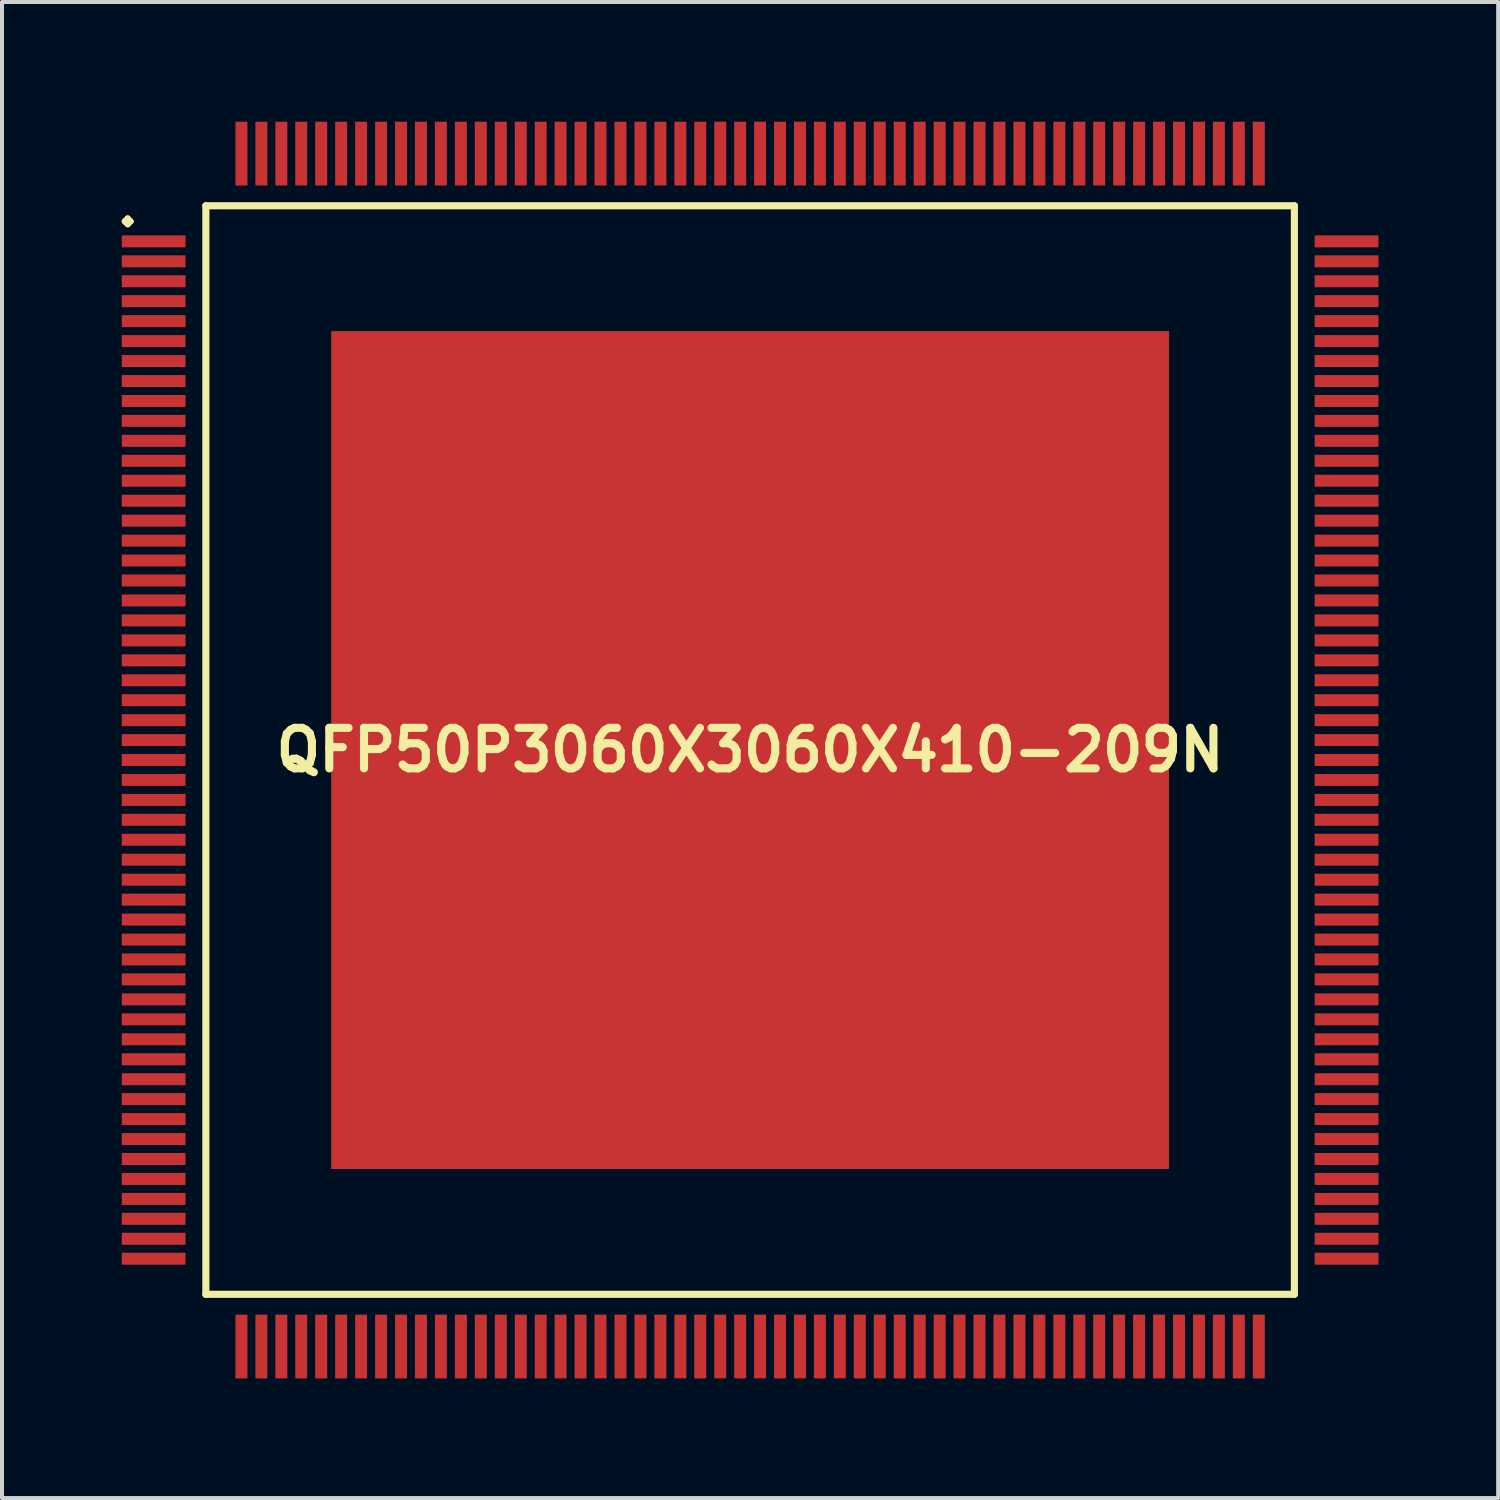
<source format=kicad_pcb>
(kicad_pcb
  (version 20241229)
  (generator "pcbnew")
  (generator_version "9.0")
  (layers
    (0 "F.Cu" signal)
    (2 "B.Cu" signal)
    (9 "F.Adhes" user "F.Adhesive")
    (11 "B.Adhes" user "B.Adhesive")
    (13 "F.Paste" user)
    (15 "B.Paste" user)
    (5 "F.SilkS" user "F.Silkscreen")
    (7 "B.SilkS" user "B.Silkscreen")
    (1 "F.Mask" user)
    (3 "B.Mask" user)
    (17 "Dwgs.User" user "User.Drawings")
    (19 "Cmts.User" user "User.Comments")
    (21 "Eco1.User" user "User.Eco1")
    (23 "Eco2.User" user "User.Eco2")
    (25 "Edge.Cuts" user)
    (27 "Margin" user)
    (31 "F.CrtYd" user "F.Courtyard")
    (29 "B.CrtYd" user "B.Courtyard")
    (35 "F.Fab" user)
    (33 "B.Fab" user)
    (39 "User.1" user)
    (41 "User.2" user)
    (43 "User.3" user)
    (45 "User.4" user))
  (footprint "QFP50P3060X3060X410-209N"
    (layer "F.Cu")
    (at 15.749 15.747)
    (property "Reference" "QFP50P3060X3060X410-209N" (at 0 0 0) (layer "F.SilkS") (effects (font (size 1.016 1.016) (thickness 0.203))))
    (attr smd)
    (fp_line (start -15.674 -13.249) (end -15.598 -13.325) (stroke (width 0.15) (type solid)) (layer "F.SilkS"))
    (fp_line (start -15.598 -13.325) (end -15.524 -13.249) (stroke (width 0.15) (type solid)) (layer "F.SilkS"))
    (fp_line (start -15.598 -13.175) (end -15.674 -13.249) (stroke (width 0.15) (type solid)) (layer "F.SilkS"))
    (fp_line (start -15.524 -13.249) (end -15.598 -13.175) (stroke (width 0.15) (type solid)) (layer "F.SilkS"))
    (fp_line (start -13.64 -13.64) (end -13.64 13.64) (stroke (width 0.178) (type solid)) (layer "F.SilkS"))
    (fp_line (start -13.64 13.64) (end 13.64 13.64) (stroke (width 0.178) (type solid)) (layer "F.SilkS"))
    (fp_line (start 13.64 -13.64) (end -13.64 -13.64) (stroke (width 0.178) (type solid)) (layer "F.SilkS"))
    (fp_line (start 13.64 13.64) (end 13.64 -13.64) (stroke (width 0.178) (type solid)) (layer "F.SilkS"))
    (pad "1" smd rect (at -14.948 -12.748) (size 1.598 0.3) (layers "F.Cu" "F.Mask" "F.Paste"))
    (pad "2" smd rect (at -14.948 -12.248) (size 1.598 0.3) (layers "F.Cu" "F.Mask" "F.Paste"))
    (pad "3" smd rect (at -14.948 -11.748) (size 1.598 0.3) (layers "F.Cu" "F.Mask" "F.Paste"))
    (pad "4" smd rect (at -14.948 -11.25) (size 1.598 0.3) (layers "F.Cu" "F.Mask" "F.Paste"))
    (pad "5" smd rect (at -14.948 -10.749) (size 1.598 0.3) (layers "F.Cu" "F.Mask" "F.Paste"))
    (pad "6" smd rect (at -14.948 -10.249) (size 1.598 0.3) (layers "F.Cu" "F.Mask" "F.Paste"))
    (pad "7" smd rect (at -14.948 -9.749) (size 1.598 0.3) (layers "F.Cu" "F.Mask" "F.Paste"))
    (pad "8" smd rect (at -14.948 -9.248) (size 1.598 0.3) (layers "F.Cu" "F.Mask" "F.Paste"))
    (pad "9" smd rect (at -14.948 -8.748) (size 1.598 0.3) (layers "F.Cu" "F.Mask" "F.Paste"))
    (pad "10" smd rect (at -14.948 -8.25) (size 1.598 0.3) (layers "F.Cu" "F.Mask" "F.Paste"))
    (pad "11" smd rect (at -14.948 -7.75) (size 1.598 0.3) (layers "F.Cu" "F.Mask" "F.Paste"))
    (pad "12" smd rect (at -14.948 -7.249) (size 1.598 0.3) (layers "F.Cu" "F.Mask" "F.Paste"))
    (pad "13" smd rect (at -14.948 -6.749) (size 1.598 0.3) (layers "F.Cu" "F.Mask" "F.Paste"))
    (pad "14" smd rect (at -14.948 -6.248) (size 1.598 0.3) (layers "F.Cu" "F.Mask" "F.Paste"))
    (pad "15" smd rect (at -14.948 -5.748) (size 1.598 0.3) (layers "F.Cu" "F.Mask" "F.Paste"))
    (pad "16" smd rect (at -14.948 -5.248) (size 1.598 0.3) (layers "F.Cu" "F.Mask" "F.Paste"))
    (pad "17" smd rect (at -14.948 -4.75) (size 1.598 0.3) (layers "F.Cu" "F.Mask" "F.Paste"))
    (pad "18" smd rect (at -14.948 -4.249) (size 1.598 0.3) (layers "F.Cu" "F.Mask" "F.Paste"))
    (pad "19" smd rect (at -14.948 -3.749) (size 1.598 0.3) (layers "F.Cu" "F.Mask" "F.Paste"))
    (pad "20" smd rect (at -14.948 -3.249) (size 1.598 0.3) (layers "F.Cu" "F.Mask" "F.Paste"))
    (pad "21" smd rect (at -14.948 -2.748) (size 1.598 0.3) (layers "F.Cu" "F.Mask" "F.Paste"))
    (pad "22" smd rect (at -14.948 -2.248) (size 1.598 0.3) (layers "F.Cu" "F.Mask" "F.Paste"))
    (pad "23" smd rect (at -14.948 -1.748) (size 1.598 0.3) (layers "F.Cu" "F.Mask" "F.Paste"))
    (pad "24" smd rect (at -14.948 -1.25) (size 1.598 0.3) (layers "F.Cu" "F.Mask" "F.Paste"))
    (pad "25" smd rect (at -14.948 -0.749) (size 1.598 0.3) (layers "F.Cu" "F.Mask" "F.Paste"))
    (pad "26" smd rect (at -14.948 -0.249) (size 1.598 0.3) (layers "F.Cu" "F.Mask" "F.Paste"))
    (pad "27" smd rect (at -14.948 0.249) (size 1.598 0.3) (layers "F.Cu" "F.Mask" "F.Paste"))
    (pad "28" smd rect (at -14.948 0.749) (size 1.598 0.3) (layers "F.Cu" "F.Mask" "F.Paste"))
    (pad "29" smd rect (at -14.948 1.25) (size 1.598 0.3) (layers "F.Cu" "F.Mask" "F.Paste"))
    (pad "30" smd rect (at -14.948 1.748) (size 1.598 0.3) (layers "F.Cu" "F.Mask" "F.Paste"))
    (pad "31" smd rect (at -14.948 2.248) (size 1.598 0.3) (layers "F.Cu" "F.Mask" "F.Paste"))
    (pad "32" smd rect (at -14.948 2.748) (size 1.598 0.3) (layers "F.Cu" "F.Mask" "F.Paste"))
    (pad "33" smd rect (at -14.948 3.249) (size 1.598 0.3) (layers "F.Cu" "F.Mask" "F.Paste"))
    (pad "34" smd rect (at -14.948 3.749) (size 1.598 0.3) (layers "F.Cu" "F.Mask" "F.Paste"))
    (pad "35" smd rect (at -14.948 4.249) (size 1.598 0.3) (layers "F.Cu" "F.Mask" "F.Paste"))
    (pad "36" smd rect (at -14.948 4.75) (size 1.598 0.3) (layers "F.Cu" "F.Mask" "F.Paste"))
    (pad "37" smd rect (at -14.948 5.248) (size 1.598 0.3) (layers "F.Cu" "F.Mask" "F.Paste"))
    (pad "38" smd rect (at -14.948 5.748) (size 1.598 0.3) (layers "F.Cu" "F.Mask" "F.Paste"))
    (pad "39" smd rect (at -14.948 6.248) (size 1.598 0.3) (layers "F.Cu" "F.Mask" "F.Paste"))
    (pad "40" smd rect (at -14.948 6.749) (size 1.598 0.3) (layers "F.Cu" "F.Mask" "F.Paste"))
    (pad "41" smd rect (at -14.948 7.249) (size 1.598 0.3) (layers "F.Cu" "F.Mask" "F.Paste"))
    (pad "42" smd rect (at -14.948 7.75) (size 1.598 0.3) (layers "F.Cu" "F.Mask" "F.Paste"))
    (pad "43" smd rect (at -14.948 8.25) (size 1.598 0.3) (layers "F.Cu" "F.Mask" "F.Paste"))
    (pad "44" smd rect (at -14.948 8.748) (size 1.598 0.3) (layers "F.Cu" "F.Mask" "F.Paste"))
    (pad "45" smd rect (at -14.948 9.248) (size 1.598 0.3) (layers "F.Cu" "F.Mask" "F.Paste"))
    (pad "46" smd rect (at -14.948 9.749) (size 1.598 0.3) (layers "F.Cu" "F.Mask" "F.Paste"))
    (pad "47" smd rect (at -14.948 10.249) (size 1.598 0.3) (layers "F.Cu" "F.Mask" "F.Paste"))
    (pad "48" smd rect (at -14.948 10.749) (size 1.598 0.3) (layers "F.Cu" "F.Mask" "F.Paste"))
    (pad "49" smd rect (at -14.948 11.25) (size 1.598 0.3) (layers "F.Cu" "F.Mask" "F.Paste"))
    (pad "50" smd rect (at -14.948 11.748) (size 1.598 0.3) (layers "F.Cu" "F.Mask" "F.Paste"))
    (pad "51" smd rect (at -14.948 12.248) (size 1.598 0.3) (layers "F.Cu" "F.Mask" "F.Paste"))
    (pad "52" smd rect (at -14.948 12.748) (size 1.598 0.3) (layers "F.Cu" "F.Mask" "F.Paste"))
    (pad "53" smd rect (at -12.748 14.948) (size 0.3 1.598) (layers "F.Cu" "F.Mask" "F.Paste"))
    (pad "54" smd rect (at -12.248 14.948) (size 0.3 1.598) (layers "F.Cu" "F.Mask" "F.Paste"))
    (pad "55" smd rect (at -11.748 14.948) (size 0.3 1.598) (layers "F.Cu" "F.Mask" "F.Paste"))
    (pad "56" smd rect (at -11.25 14.948) (size 0.3 1.598) (layers "F.Cu" "F.Mask" "F.Paste"))
    (pad "57" smd rect (at -10.749 14.948) (size 0.3 1.598) (layers "F.Cu" "F.Mask" "F.Paste"))
    (pad "58" smd rect (at -10.249 14.948) (size 0.3 1.598) (layers "F.Cu" "F.Mask" "F.Paste"))
    (pad "59" smd rect (at -9.749 14.948) (size 0.3 1.598) (layers "F.Cu" "F.Mask" "F.Paste"))
    (pad "60" smd rect (at -9.248 14.948) (size 0.3 1.598) (layers "F.Cu" "F.Mask" "F.Paste"))
    (pad "61" smd rect (at -8.748 14.948) (size 0.3 1.598) (layers "F.Cu" "F.Mask" "F.Paste"))
    (pad "62" smd rect (at -8.25 14.948) (size 0.3 1.598) (layers "F.Cu" "F.Mask" "F.Paste"))
    (pad "63" smd rect (at -7.75 14.948) (size 0.3 1.598) (layers "F.Cu" "F.Mask" "F.Paste"))
    (pad "64" smd rect (at -7.249 14.948) (size 0.3 1.598) (layers "F.Cu" "F.Mask" "F.Paste"))
    (pad "65" smd rect (at -6.749 14.948) (size 0.3 1.598) (layers "F.Cu" "F.Mask" "F.Paste"))
    (pad "66" smd rect (at -6.248 14.948) (size 0.3 1.598) (layers "F.Cu" "F.Mask" "F.Paste"))
    (pad "67" smd rect (at -5.748 14.948) (size 0.3 1.598) (layers "F.Cu" "F.Mask" "F.Paste"))
    (pad "68" smd rect (at -5.248 14.948) (size 0.3 1.598) (layers "F.Cu" "F.Mask" "F.Paste"))
    (pad "69" smd rect (at -4.75 14.948) (size 0.3 1.598) (layers "F.Cu" "F.Mask" "F.Paste"))
    (pad "70" smd rect (at -4.249 14.948) (size 0.3 1.598) (layers "F.Cu" "F.Mask" "F.Paste"))
    (pad "71" smd rect (at -3.749 14.948) (size 0.3 1.598) (layers "F.Cu" "F.Mask" "F.Paste"))
    (pad "72" smd rect (at -3.249 14.948) (size 0.3 1.598) (layers "F.Cu" "F.Mask" "F.Paste"))
    (pad "73" smd rect (at -2.748 14.948) (size 0.3 1.598) (layers "F.Cu" "F.Mask" "F.Paste"))
    (pad "74" smd rect (at -2.248 14.948) (size 0.3 1.598) (layers "F.Cu" "F.Mask" "F.Paste"))
    (pad "75" smd rect (at -1.748 14.948) (size 0.3 1.598) (layers "F.Cu" "F.Mask" "F.Paste"))
    (pad "76" smd rect (at -1.25 14.948) (size 0.3 1.598) (layers "F.Cu" "F.Mask" "F.Paste"))
    (pad "77" smd rect (at -0.749 14.948) (size 0.3 1.598) (layers "F.Cu" "F.Mask" "F.Paste"))
    (pad "78" smd rect (at -0.249 14.948) (size 0.3 1.598) (layers "F.Cu" "F.Mask" "F.Paste"))
    (pad "79" smd rect (at 0.249 14.948) (size 0.3 1.598) (layers "F.Cu" "F.Mask" "F.Paste"))
    (pad "80" smd rect (at 0.749 14.948) (size 0.3 1.598) (layers "F.Cu" "F.Mask" "F.Paste"))
    (pad "81" smd rect (at 1.25 14.948) (size 0.3 1.598) (layers "F.Cu" "F.Mask" "F.Paste"))
    (pad "82" smd rect (at 1.748 14.948) (size 0.3 1.598) (layers "F.Cu" "F.Mask" "F.Paste"))
    (pad "83" smd rect (at 2.248 14.948) (size 0.3 1.598) (layers "F.Cu" "F.Mask" "F.Paste"))
    (pad "84" smd rect (at 2.748 14.948) (size 0.3 1.598) (layers "F.Cu" "F.Mask" "F.Paste"))
    (pad "85" smd rect (at 3.249 14.948) (size 0.3 1.598) (layers "F.Cu" "F.Mask" "F.Paste"))
    (pad "86" smd rect (at 3.749 14.948) (size 0.3 1.598) (layers "F.Cu" "F.Mask" "F.Paste"))
    (pad "87" smd rect (at 4.249 14.948) (size 0.3 1.598) (layers "F.Cu" "F.Mask" "F.Paste"))
    (pad "88" smd rect (at 4.75 14.948) (size 0.3 1.598) (layers "F.Cu" "F.Mask" "F.Paste"))
    (pad "89" smd rect (at 5.248 14.948) (size 0.3 1.598) (layers "F.Cu" "F.Mask" "F.Paste"))
    (pad "90" smd rect (at 5.748 14.948) (size 0.3 1.598) (layers "F.Cu" "F.Mask" "F.Paste"))
    (pad "91" smd rect (at 6.248 14.948) (size 0.3 1.598) (layers "F.Cu" "F.Mask" "F.Paste"))
    (pad "92" smd rect (at 6.749 14.948) (size 0.3 1.598) (layers "F.Cu" "F.Mask" "F.Paste"))
    (pad "93" smd rect (at 7.249 14.948) (size 0.3 1.598) (layers "F.Cu" "F.Mask" "F.Paste"))
    (pad "94" smd rect (at 7.75 14.948) (size 0.3 1.598) (layers "F.Cu" "F.Mask" "F.Paste"))
    (pad "95" smd rect (at 8.25 14.948) (size 0.3 1.598) (layers "F.Cu" "F.Mask" "F.Paste"))
    (pad "96" smd rect (at 8.748 14.948) (size 0.3 1.598) (layers "F.Cu" "F.Mask" "F.Paste"))
    (pad "97" smd rect (at 9.248 14.948) (size 0.3 1.598) (layers "F.Cu" "F.Mask" "F.Paste"))
    (pad "98" smd rect (at 9.749 14.948) (size 0.3 1.598) (layers "F.Cu" "F.Mask" "F.Paste"))
    (pad "99" smd rect (at 10.249 14.948) (size 0.3 1.598) (layers "F.Cu" "F.Mask" "F.Paste"))
    (pad "100" smd rect (at 10.749 14.948) (size 0.3 1.598) (layers "F.Cu" "F.Mask" "F.Paste"))
    (pad "101" smd rect (at 11.25 14.948) (size 0.3 1.598) (layers "F.Cu" "F.Mask" "F.Paste"))
    (pad "102" smd rect (at 11.748 14.948) (size 0.3 1.598) (layers "F.Cu" "F.Mask" "F.Paste"))
    (pad "103" smd rect (at 12.248 14.948) (size 0.3 1.598) (layers "F.Cu" "F.Mask" "F.Paste"))
    (pad "104" smd rect (at 12.748 14.948) (size 0.3 1.598) (layers "F.Cu" "F.Mask" "F.Paste"))
    (pad "105" smd rect (at 14.948 12.748) (size 1.598 0.3) (layers "F.Cu" "F.Mask" "F.Paste"))
    (pad "106" smd rect (at 14.948 12.248) (size 1.598 0.3) (layers "F.Cu" "F.Mask" "F.Paste"))
    (pad "107" smd rect (at 14.948 11.748) (size 1.598 0.3) (layers "F.Cu" "F.Mask" "F.Paste"))
    (pad "108" smd rect (at 14.948 11.25) (size 1.598 0.3) (layers "F.Cu" "F.Mask" "F.Paste"))
    (pad "109" smd rect (at 14.948 10.749) (size 1.598 0.3) (layers "F.Cu" "F.Mask" "F.Paste"))
    (pad "110" smd rect (at 14.948 10.249) (size 1.598 0.3) (layers "F.Cu" "F.Mask" "F.Paste"))
    (pad "111" smd rect (at 14.948 9.749) (size 1.598 0.3) (layers "F.Cu" "F.Mask" "F.Paste"))
    (pad "112" smd rect (at 14.948 9.248) (size 1.598 0.3) (layers "F.Cu" "F.Mask" "F.Paste"))
    (pad "113" smd rect (at 14.948 8.748) (size 1.598 0.3) (layers "F.Cu" "F.Mask" "F.Paste"))
    (pad "114" smd rect (at 14.948 8.25) (size 1.598 0.3) (layers "F.Cu" "F.Mask" "F.Paste"))
    (pad "115" smd rect (at 14.948 7.75) (size 1.598 0.3) (layers "F.Cu" "F.Mask" "F.Paste"))
    (pad "116" smd rect (at 14.948 7.249) (size 1.598 0.3) (layers "F.Cu" "F.Mask" "F.Paste"))
    (pad "117" smd rect (at 14.948 6.749) (size 1.598 0.3) (layers "F.Cu" "F.Mask" "F.Paste"))
    (pad "118" smd rect (at 14.948 6.248) (size 1.598 0.3) (layers "F.Cu" "F.Mask" "F.Paste"))
    (pad "119" smd rect (at 14.948 5.748) (size 1.598 0.3) (layers "F.Cu" "F.Mask" "F.Paste"))
    (pad "120" smd rect (at 14.948 5.248) (size 1.598 0.3) (layers "F.Cu" "F.Mask" "F.Paste"))
    (pad "121" smd rect (at 14.948 4.75) (size 1.598 0.3) (layers "F.Cu" "F.Mask" "F.Paste"))
    (pad "122" smd rect (at 14.948 4.249) (size 1.598 0.3) (layers "F.Cu" "F.Mask" "F.Paste"))
    (pad "123" smd rect (at 14.948 3.749) (size 1.598 0.3) (layers "F.Cu" "F.Mask" "F.Paste"))
    (pad "124" smd rect (at 14.948 3.249) (size 1.598 0.3) (layers "F.Cu" "F.Mask" "F.Paste"))
    (pad "125" smd rect (at 14.948 2.748) (size 1.598 0.3) (layers "F.Cu" "F.Mask" "F.Paste"))
    (pad "126" smd rect (at 14.948 2.248) (size 1.598 0.3) (layers "F.Cu" "F.Mask" "F.Paste"))
    (pad "127" smd rect (at 14.948 1.748) (size 1.598 0.3) (layers "F.Cu" "F.Mask" "F.Paste"))
    (pad "128" smd rect (at 14.948 1.25) (size 1.598 0.3) (layers "F.Cu" "F.Mask" "F.Paste"))
    (pad "129" smd rect (at 14.948 0.749) (size 1.598 0.3) (layers "F.Cu" "F.Mask" "F.Paste"))
    (pad "130" smd rect (at 14.948 0.249) (size 1.598 0.3) (layers "F.Cu" "F.Mask" "F.Paste"))
    (pad "131" smd rect (at 14.948 -0.249) (size 1.598 0.3) (layers "F.Cu" "F.Mask" "F.Paste"))
    (pad "132" smd rect (at 14.948 -0.749) (size 1.598 0.3) (layers "F.Cu" "F.Mask" "F.Paste"))
    (pad "133" smd rect (at 14.948 -1.25) (size 1.598 0.3) (layers "F.Cu" "F.Mask" "F.Paste"))
    (pad "134" smd rect (at 14.948 -1.748) (size 1.598 0.3) (layers "F.Cu" "F.Mask" "F.Paste"))
    (pad "135" smd rect (at 14.948 -2.248) (size 1.598 0.3) (layers "F.Cu" "F.Mask" "F.Paste"))
    (pad "136" smd rect (at 14.948 -2.748) (size 1.598 0.3) (layers "F.Cu" "F.Mask" "F.Paste"))
    (pad "137" smd rect (at 14.948 -3.249) (size 1.598 0.3) (layers "F.Cu" "F.Mask" "F.Paste"))
    (pad "138" smd rect (at 14.948 -3.749) (size 1.598 0.3) (layers "F.Cu" "F.Mask" "F.Paste"))
    (pad "139" smd rect (at 14.948 -4.249) (size 1.598 0.3) (layers "F.Cu" "F.Mask" "F.Paste"))
    (pad "140" smd rect (at 14.948 -4.75) (size 1.598 0.3) (layers "F.Cu" "F.Mask" "F.Paste"))
    (pad "141" smd rect (at 14.948 -5.248) (size 1.598 0.3) (layers "F.Cu" "F.Mask" "F.Paste"))
    (pad "142" smd rect (at 14.948 -5.748) (size 1.598 0.3) (layers "F.Cu" "F.Mask" "F.Paste"))
    (pad "143" smd rect (at 14.948 -6.248) (size 1.598 0.3) (layers "F.Cu" "F.Mask" "F.Paste"))
    (pad "144" smd rect (at 14.948 -6.749) (size 1.598 0.3) (layers "F.Cu" "F.Mask" "F.Paste"))
    (pad "145" smd rect (at 14.948 -7.249) (size 1.598 0.3) (layers "F.Cu" "F.Mask" "F.Paste"))
    (pad "146" smd rect (at 14.948 -7.75) (size 1.598 0.3) (layers "F.Cu" "F.Mask" "F.Paste"))
    (pad "147" smd rect (at 14.948 -8.25) (size 1.598 0.3) (layers "F.Cu" "F.Mask" "F.Paste"))
    (pad "148" smd rect (at 14.948 -8.748) (size 1.598 0.3) (layers "F.Cu" "F.Mask" "F.Paste"))
    (pad "149" smd rect (at 14.948 -9.248) (size 1.598 0.3) (layers "F.Cu" "F.Mask" "F.Paste"))
    (pad "150" smd rect (at 14.948 -9.749) (size 1.598 0.3) (layers "F.Cu" "F.Mask" "F.Paste"))
    (pad "151" smd rect (at 14.948 -10.249) (size 1.598 0.3) (layers "F.Cu" "F.Mask" "F.Paste"))
    (pad "152" smd rect (at 14.948 -10.749) (size 1.598 0.3) (layers "F.Cu" "F.Mask" "F.Paste"))
    (pad "153" smd rect (at 14.948 -11.25) (size 1.598 0.3) (layers "F.Cu" "F.Mask" "F.Paste"))
    (pad "154" smd rect (at 14.948 -11.748) (size 1.598 0.3) (layers "F.Cu" "F.Mask" "F.Paste"))
    (pad "155" smd rect (at 14.948 -12.248) (size 1.598 0.3) (layers "F.Cu" "F.Mask" "F.Paste"))
    (pad "156" smd rect (at 14.948 -12.748) (size 1.598 0.3) (layers "F.Cu" "F.Mask" "F.Paste"))
    (pad "157" smd rect (at 12.748 -14.948) (size 0.3 1.598) (layers "F.Cu" "F.Mask" "F.Paste"))
    (pad "158" smd rect (at 12.248 -14.948) (size 0.3 1.598) (layers "F.Cu" "F.Mask" "F.Paste"))
    (pad "159" smd rect (at 11.748 -14.948) (size 0.3 1.598) (layers "F.Cu" "F.Mask" "F.Paste"))
    (pad "160" smd rect (at 11.25 -14.948) (size 0.3 1.598) (layers "F.Cu" "F.Mask" "F.Paste"))
    (pad "161" smd rect (at 10.749 -14.948) (size 0.3 1.598) (layers "F.Cu" "F.Mask" "F.Paste"))
    (pad "162" smd rect (at 10.249 -14.948) (size 0.3 1.598) (layers "F.Cu" "F.Mask" "F.Paste"))
    (pad "163" smd rect (at 9.749 -14.948) (size 0.3 1.598) (layers "F.Cu" "F.Mask" "F.Paste"))
    (pad "164" smd rect (at 9.248 -14.948) (size 0.3 1.598) (layers "F.Cu" "F.Mask" "F.Paste"))
    (pad "165" smd rect (at 8.748 -14.948) (size 0.3 1.598) (layers "F.Cu" "F.Mask" "F.Paste"))
    (pad "166" smd rect (at 8.25 -14.948) (size 0.3 1.598) (layers "F.Cu" "F.Mask" "F.Paste"))
    (pad "167" smd rect (at 7.75 -14.948) (size 0.3 1.598) (layers "F.Cu" "F.Mask" "F.Paste"))
    (pad "168" smd rect (at 7.249 -14.948) (size 0.3 1.598) (layers "F.Cu" "F.Mask" "F.Paste"))
    (pad "169" smd rect (at 6.749 -14.948) (size 0.3 1.598) (layers "F.Cu" "F.Mask" "F.Paste"))
    (pad "170" smd rect (at 6.248 -14.948) (size 0.3 1.598) (layers "F.Cu" "F.Mask" "F.Paste"))
    (pad "171" smd rect (at 5.748 -14.948) (size 0.3 1.598) (layers "F.Cu" "F.Mask" "F.Paste"))
    (pad "172" smd rect (at 5.248 -14.948) (size 0.3 1.598) (layers "F.Cu" "F.Mask" "F.Paste"))
    (pad "173" smd rect (at 4.75 -14.948) (size 0.3 1.598) (layers "F.Cu" "F.Mask" "F.Paste"))
    (pad "174" smd rect (at 4.249 -14.948) (size 0.3 1.598) (layers "F.Cu" "F.Mask" "F.Paste"))
    (pad "175" smd rect (at 3.749 -14.948) (size 0.3 1.598) (layers "F.Cu" "F.Mask" "F.Paste"))
    (pad "176" smd rect (at 3.249 -14.948) (size 0.3 1.598) (layers "F.Cu" "F.Mask" "F.Paste"))
    (pad "177" smd rect (at 2.748 -14.948) (size 0.3 1.598) (layers "F.Cu" "F.Mask" "F.Paste"))
    (pad "178" smd rect (at 2.248 -14.948) (size 0.3 1.598) (layers "F.Cu" "F.Mask" "F.Paste"))
    (pad "179" smd rect (at 1.748 -14.948) (size 0.3 1.598) (layers "F.Cu" "F.Mask" "F.Paste"))
    (pad "180" smd rect (at 1.25 -14.948) (size 0.3 1.598) (layers "F.Cu" "F.Mask" "F.Paste"))
    (pad "181" smd rect (at 0.749 -14.948) (size 0.3 1.598) (layers "F.Cu" "F.Mask" "F.Paste"))
    (pad "182" smd rect (at 0.249 -14.948) (size 0.3 1.598) (layers "F.Cu" "F.Mask" "F.Paste"))
    (pad "183" smd rect (at -0.249 -14.948) (size 0.3 1.598) (layers "F.Cu" "F.Mask" "F.Paste"))
    (pad "184" smd rect (at -0.749 -14.948) (size 0.3 1.598) (layers "F.Cu" "F.Mask" "F.Paste"))
    (pad "185" smd rect (at -1.25 -14.948) (size 0.3 1.598) (layers "F.Cu" "F.Mask" "F.Paste"))
    (pad "186" smd rect (at -1.748 -14.948) (size 0.3 1.598) (layers "F.Cu" "F.Mask" "F.Paste"))
    (pad "187" smd rect (at -2.248 -14.948) (size 0.3 1.598) (layers "F.Cu" "F.Mask" "F.Paste"))
    (pad "188" smd rect (at -2.748 -14.948) (size 0.3 1.598) (layers "F.Cu" "F.Mask" "F.Paste"))
    (pad "189" smd rect (at -3.249 -14.948) (size 0.3 1.598) (layers "F.Cu" "F.Mask" "F.Paste"))
    (pad "190" smd rect (at -3.749 -14.948) (size 0.3 1.598) (layers "F.Cu" "F.Mask" "F.Paste"))
    (pad "191" smd rect (at -4.249 -14.948) (size 0.3 1.598) (layers "F.Cu" "F.Mask" "F.Paste"))
    (pad "192" smd rect (at -4.75 -14.948) (size 0.3 1.598) (layers "F.Cu" "F.Mask" "F.Paste"))
    (pad "193" smd rect (at -5.248 -14.948) (size 0.3 1.598) (layers "F.Cu" "F.Mask" "F.Paste"))
    (pad "194" smd rect (at -5.748 -14.948) (size 0.3 1.598) (layers "F.Cu" "F.Mask" "F.Paste"))
    (pad "195" smd rect (at -6.248 -14.948) (size 0.3 1.598) (layers "F.Cu" "F.Mask" "F.Paste"))
    (pad "196" smd rect (at -6.749 -14.948) (size 0.3 1.598) (layers "F.Cu" "F.Mask" "F.Paste"))
    (pad "197" smd rect (at -7.249 -14.948) (size 0.3 1.598) (layers "F.Cu" "F.Mask" "F.Paste"))
    (pad "198" smd rect (at -7.75 -14.948) (size 0.3 1.598) (layers "F.Cu" "F.Mask" "F.Paste"))
    (pad "199" smd rect (at -8.25 -14.948) (size 0.3 1.598) (layers "F.Cu" "F.Mask" "F.Paste"))
    (pad "200" smd rect (at -8.748 -14.948) (size 0.3 1.598) (layers "F.Cu" "F.Mask" "F.Paste"))
    (pad "201" smd rect (at -9.248 -14.948) (size 0.3 1.598) (layers "F.Cu" "F.Mask" "F.Paste"))
    (pad "202" smd rect (at -9.749 -14.948) (size 0.3 1.598) (layers "F.Cu" "F.Mask" "F.Paste"))
    (pad "203" smd rect (at -10.249 -14.948) (size 0.3 1.598) (layers "F.Cu" "F.Mask" "F.Paste"))
    (pad "204" smd rect (at -10.749 -14.948) (size 0.3 1.598) (layers "F.Cu" "F.Mask" "F.Paste"))
    (pad "205" smd rect (at -11.25 -14.948) (size 0.3 1.598) (layers "F.Cu" "F.Mask" "F.Paste"))
    (pad "206" smd rect (at -11.748 -14.948) (size 0.3 1.598) (layers "F.Cu" "F.Mask" "F.Paste"))
    (pad "207" smd rect (at -12.248 -14.948) (size 0.3 1.598) (layers "F.Cu" "F.Mask" "F.Paste"))
    (pad "208" smd rect (at -12.748 -14.948) (size 0.3 1.598) (layers "F.Cu" "F.Mask" "F.Paste"))
    (pad "209" smd rect (at 0 0) (size 20.998 20.998) (layers "F.Cu" "F.Mask" "F.Paste")))
  (gr_rect
    (start -3 -3)
    (end 34.496 34.493)
    (stroke (width 0.1) (type default))
    (fill no)
    (layer "Edge.Cuts")))
</source>
